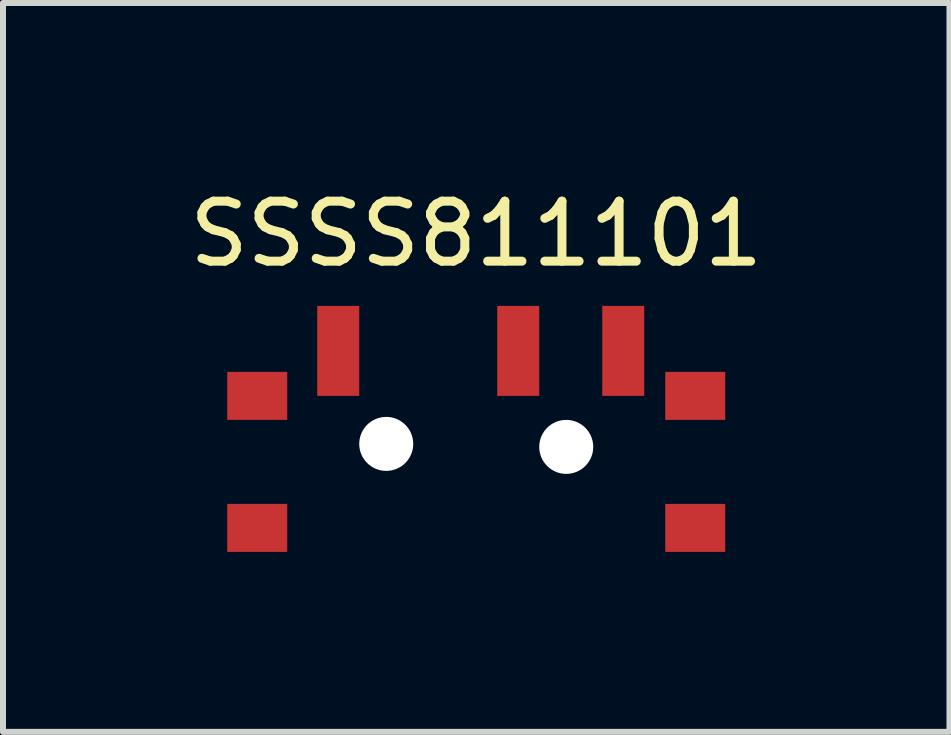
<source format=kicad_pcb>
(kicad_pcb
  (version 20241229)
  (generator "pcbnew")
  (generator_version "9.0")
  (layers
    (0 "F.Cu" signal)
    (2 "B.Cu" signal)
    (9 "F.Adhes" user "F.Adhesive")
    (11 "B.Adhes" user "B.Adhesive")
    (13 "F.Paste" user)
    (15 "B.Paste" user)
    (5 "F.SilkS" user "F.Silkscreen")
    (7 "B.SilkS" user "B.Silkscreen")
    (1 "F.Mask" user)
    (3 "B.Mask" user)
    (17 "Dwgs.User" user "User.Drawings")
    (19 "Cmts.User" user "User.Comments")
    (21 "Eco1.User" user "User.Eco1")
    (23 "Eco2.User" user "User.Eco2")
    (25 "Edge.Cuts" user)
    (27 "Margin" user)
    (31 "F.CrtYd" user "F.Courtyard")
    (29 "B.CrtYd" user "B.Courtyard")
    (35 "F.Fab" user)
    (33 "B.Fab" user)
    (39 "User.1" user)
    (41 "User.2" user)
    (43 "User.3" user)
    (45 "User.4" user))
  (footprint "SSSS811101"
    (layer "F.Cu")
    (at 4.987 4.448)
    (property "Reference" "SSSS811101" (at -0.1 -3.6 0) (unlocked yes) (layer "F.SilkS") (effects (font (size 1 1) (thickness 0.15))))
    (attr smd)
    (pad "" np_thru_hole circle (at -1.6 -0.1) (size 0.9 0.9) (drill 0.9) (layers "*.Cu" "*.Mask"))
    (pad "" np_thru_hole circle (at 1.4 -0.05) (size 0.9 0.9) (drill 0.9) (layers "*.Cu" "*.Mask"))
    (pad "1" smd rect (at -2.4 -1.65 90) (size 1.5 0.7) (layers "F.Cu" "F.Mask" "F.Paste"))
    (pad "2" smd rect (at 0.6 -1.65 90) (size 1.5 0.7) (layers "F.Cu" "F.Mask" "F.Paste"))
    (pad "3" smd rect (at 2.35 -1.65 90) (size 1.5 0.7) (layers "F.Cu" "F.Mask" "F.Paste"))
    (pad "~" smd rect (at -3.75 -0.9) (size 1 0.8) (layers "F.Cu" "F.Mask" "F.Paste"))
    (pad "~" smd rect (at -3.75 1.3) (size 1 0.8) (layers "F.Cu" "F.Mask" "F.Paste"))
    (pad "~" smd rect (at 3.55 -0.9) (size 1 0.8) (layers "F.Cu" "F.Mask" "F.Paste"))
    (pad "~" smd rect (at 3.55 1.3) (size 1 0.8) (layers "F.Cu" "F.Mask" "F.Paste")))
  (gr_rect
    (start -3 -3)
    (end 12.774 9.148)
    (stroke (width 0.1) (type default))
    (fill no)
    (layer "Edge.Cuts")))
</source>
